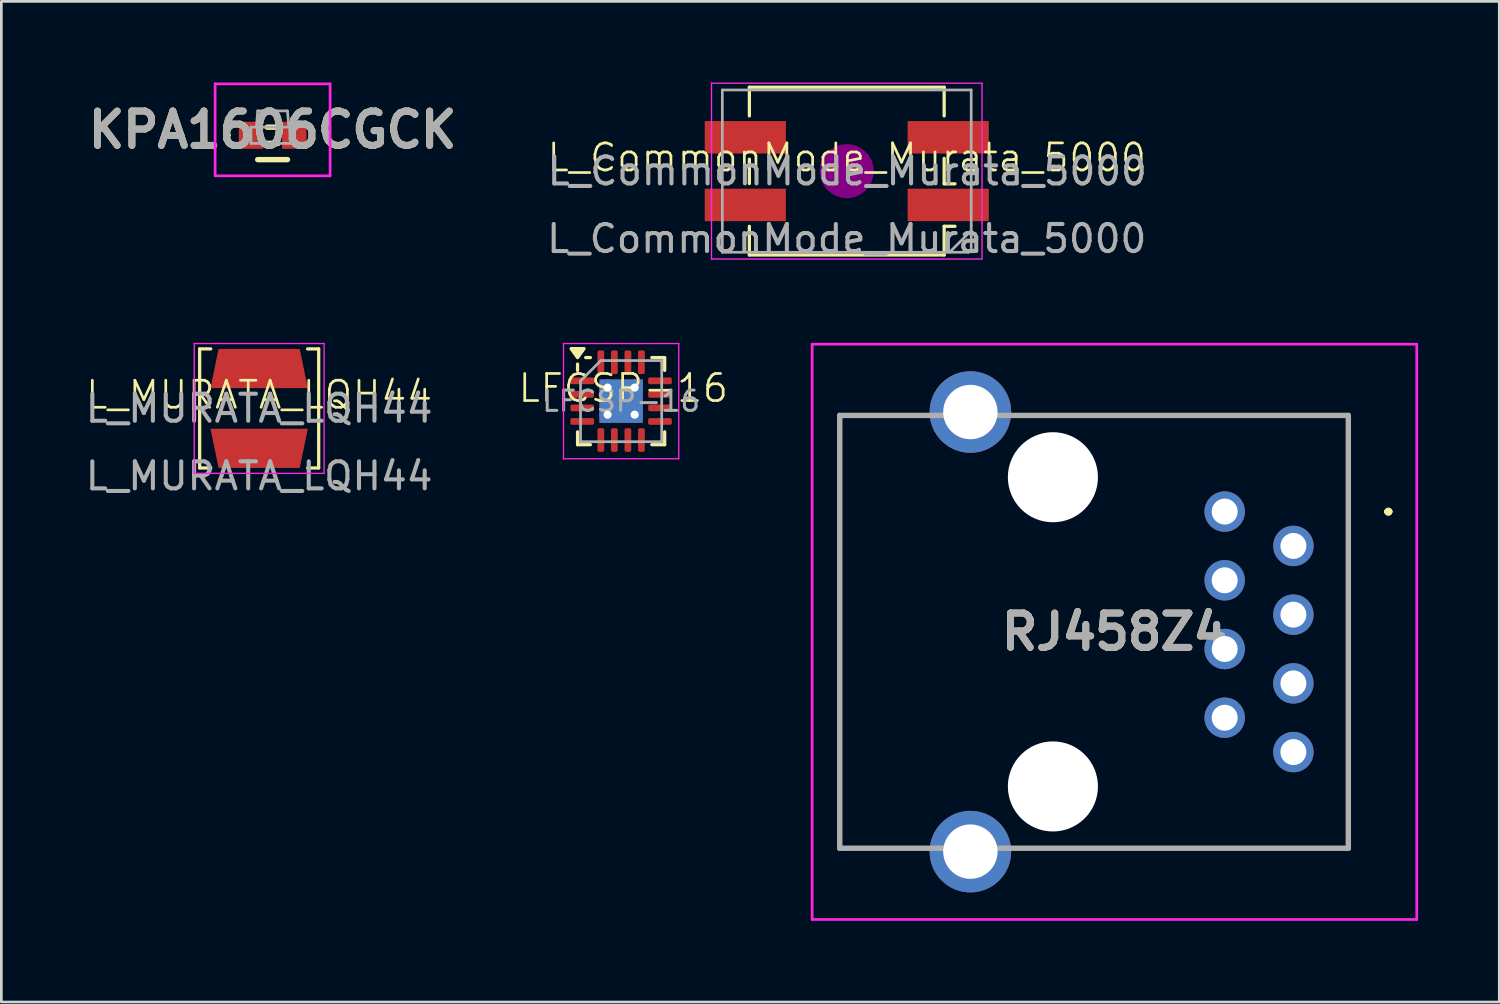
<source format=kicad_pcb>
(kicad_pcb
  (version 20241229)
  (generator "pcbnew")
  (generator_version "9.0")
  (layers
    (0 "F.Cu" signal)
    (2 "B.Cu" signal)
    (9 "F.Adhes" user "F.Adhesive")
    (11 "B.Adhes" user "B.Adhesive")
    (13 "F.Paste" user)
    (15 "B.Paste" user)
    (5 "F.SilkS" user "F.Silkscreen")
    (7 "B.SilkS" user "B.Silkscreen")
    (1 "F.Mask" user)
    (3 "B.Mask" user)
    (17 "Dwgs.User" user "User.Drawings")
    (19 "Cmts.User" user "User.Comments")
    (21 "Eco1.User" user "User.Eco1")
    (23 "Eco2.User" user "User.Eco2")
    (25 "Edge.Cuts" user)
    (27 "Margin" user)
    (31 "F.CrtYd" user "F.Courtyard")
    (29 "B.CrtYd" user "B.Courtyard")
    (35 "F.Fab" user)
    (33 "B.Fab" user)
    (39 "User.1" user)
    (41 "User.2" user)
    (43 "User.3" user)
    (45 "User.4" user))
  (footprint "LFCSP-16"
    (layer "F.Cu")
    (at 19.99 11.798)
    (property "Reference" "LFCSP-16" (at 0 -0.5 0) (unlocked yes) (layer "F.SilkS") (effects (font (size 1 1) (thickness 0.1))))
    (attr smd)
    (fp_line (start -1.69 -1.155) (end -1.69 -1.39) (stroke (width 0.12) (type solid)) (layer "F.SilkS"))
    (fp_line (start -1.69 1.59) (end -1.69 1.115) (stroke (width 0.12) (type solid)) (layer "F.SilkS"))
    (fp_line (start -1.215 -1.63) (end -1.39 -1.63) (stroke (width 0.12) (type solid)) (layer "F.SilkS"))
    (fp_line (start -1.215 1.59) (end -1.69 1.59) (stroke (width 0.12) (type solid)) (layer "F.SilkS"))
    (fp_line (start 1.055 -1.63) (end 1.53 -1.63) (stroke (width 0.12) (type solid)) (layer "F.SilkS"))
    (fp_line (start 1.055 1.59) (end 1.53 1.59) (stroke (width 0.12) (type solid)) (layer "F.SilkS"))
    (fp_line (start 1.53 -1.63) (end 1.53 -1.155) (stroke (width 0.12) (type solid)) (layer "F.SilkS"))
    (fp_line (start 1.53 1.59) (end 1.53 1.115) (stroke (width 0.12) (type solid)) (layer "F.SilkS"))
    (fp_poly (pts (xy -1.69 -1.63) (xy -1.93 -1.96) (xy -1.45 -1.96) (xy -1.69 -1.63)) (stroke (width 0.12) (type solid)) (fill yes) (layer "F.SilkS"))
    (fp_line (start -2.21 -2.15) (end -2.21 2.11) (stroke (width 0.05) (type solid)) (layer "F.CrtYd"))
    (fp_line (start -2.21 2.11) (end 2.05 2.11) (stroke (width 0.05) (type solid)) (layer "F.CrtYd"))
    (fp_line (start 2.05 -2.15) (end -2.21 -2.15) (stroke (width 0.05) (type solid)) (layer "F.CrtYd"))
    (fp_line (start 2.05 2.11) (end 2.05 -2.15) (stroke (width 0.05) (type solid)) (layer "F.CrtYd"))
    (fp_line (start -1.58 -0.77) (end -0.83 -1.52) (stroke (width 0.1) (type solid)) (layer "F.Fab"))
    (fp_line (start -1.58 1.48) (end -1.58 -0.77) (stroke (width 0.1) (type solid)) (layer "F.Fab"))
    (fp_line (start -0.83 -1.52) (end 1.42 -1.52) (stroke (width 0.1) (type solid)) (layer "F.Fab"))
    (fp_line (start 1.42 -1.52) (end 1.42 1.48) (stroke (width 0.1) (type solid)) (layer "F.Fab"))
    (fp_line (start 1.42 1.48) (end -1.58 1.48) (stroke (width 0.1) (type solid)) (layer "F.Fab"))
    (fp_text user "${REFERENCE}" (at -0.08 -0.02 0) (layer "F.Fab") (effects (font (size 0.75 0.75) (thickness 0.11))))
    (pad "" smd roundrect (at -0.48 -0.42) (size 0.69 0.69) (layers "F.Paste") (roundrect_rratio 0.25))
    (pad "" smd roundrect (at -0.48 0.38) (size 0.69 0.69) (layers "F.Paste") (roundrect_rratio 0.25))
    (pad "" smd roundrect (at 0.32 -0.42) (size 0.69 0.69) (layers "F.Paste") (roundrect_rratio 0.25))
    (pad "" smd roundrect (at 0.32 0.38) (size 0.69 0.69) (layers "F.Paste") (roundrect_rratio 0.25))
    (pad "1" smd roundrect (at -1.518 -0.77) (size 0.875 0.25) (layers "F.Cu" "F.Mask" "F.Paste") (roundrect_rratio 0.25))
    (pad "2" smd roundrect (at -1.518 -0.27) (size 0.875 0.25) (layers "F.Cu" "F.Mask" "F.Paste") (roundrect_rratio 0.25))
    (pad "3" smd roundrect (at -1.518 0.23) (size 0.875 0.25) (layers "F.Cu" "F.Mask" "F.Paste") (roundrect_rratio 0.25))
    (pad "4" smd roundrect (at -1.518 0.73) (size 0.875 0.25) (layers "F.Cu" "F.Mask" "F.Paste") (roundrect_rratio 0.25))
    (pad "5" smd roundrect (at -0.83 1.417) (size 0.25 0.875) (layers "F.Cu" "F.Mask" "F.Paste") (roundrect_rratio 0.25))
    (pad "6" smd roundrect (at -0.33 1.417) (size 0.25 0.875) (layers "F.Cu" "F.Mask" "F.Paste") (roundrect_rratio 0.25))
    (pad "7" smd roundrect (at 0.17 1.417) (size 0.25 0.875) (layers "F.Cu" "F.Mask" "F.Paste") (roundrect_rratio 0.25))
    (pad "8" smd roundrect (at 0.67 1.417) (size 0.25 0.875) (layers "F.Cu" "F.Mask" "F.Paste") (roundrect_rratio 0.25))
    (pad "9" smd roundrect (at 1.357 0.73) (size 0.875 0.25) (layers "F.Cu" "F.Mask" "F.Paste") (roundrect_rratio 0.25))
    (pad "10" smd roundrect (at 1.357 0.23) (size 0.875 0.25) (layers "F.Cu" "F.Mask" "F.Paste") (roundrect_rratio 0.25))
    (pad "11" smd roundrect (at 1.357 -0.27) (size 0.875 0.25) (layers "F.Cu" "F.Mask" "F.Paste") (roundrect_rratio 0.25))
    (pad "12" smd roundrect (at 1.357 -0.77) (size 0.875 0.25) (layers "F.Cu" "F.Mask" "F.Paste") (roundrect_rratio 0.25))
    (pad "13" smd roundrect (at 0.67 -1.458) (size 0.25 0.875) (layers "F.Cu" "F.Mask" "F.Paste") (roundrect_rratio 0.25))
    (pad "14" smd roundrect (at 0.17 -1.458) (size 0.25 0.875) (layers "F.Cu" "F.Mask" "F.Paste") (roundrect_rratio 0.25))
    (pad "15" smd roundrect (at -0.33 -1.458) (size 0.25 0.875) (layers "F.Cu" "F.Mask" "F.Paste") (roundrect_rratio 0.25))
    (pad "16" smd roundrect (at -0.83 -1.458) (size 0.25 0.875) (layers "F.Cu" "F.Mask" "F.Paste") (roundrect_rratio 0.25))
    (pad "17" thru_hole circle (at -0.58 -0.52) (size 0.6 0.6) (drill 0.3) (property pad_prop_heatsink) (layers "*.Cu"))
    (pad "17" thru_hole circle (at -0.58 0.48) (size 0.6 0.6) (drill 0.3) (property pad_prop_heatsink) (layers "*.Cu"))
    (pad "17" smd rect (at -0.08 -0.02) (size 1.6 1.6) (property pad_prop_heatsink) (layers "F.Cu" "F.Mask"))
    (pad "17" smd rect (at -0.08 -0.02) (size 1.6 1.6) (property pad_prop_heatsink) (layers "B.Cu"))
    (pad "17" thru_hole circle (at 0.42 -0.52) (size 0.6 0.6) (drill 0.3) (property pad_prop_heatsink) (layers "*.Cu"))
    (pad "17" thru_hole circle (at 0.42 0.48) (size 0.6 0.6) (drill 0.3) (property pad_prop_heatsink) (layers "*.Cu")))
  (footprint "L_CommonMode_Murata_5000"
    (layer "F.Cu")
    (at 28.251 3.275)
    (property "Reference" "L_CommonMode_Murata_5000" (at 0 -0.5 0) (unlocked yes) (layer "F.SilkS") (effects (font (size 1 1) (thickness 0.1))))
    (attr smd)
    (fp_line (start -3.6 -3.1) (end -3.6 -2.04) (stroke (width 0.12) (type solid)) (layer "F.SilkS"))
    (fp_line (start -3.6 -3.1) (end 3.6 -3.1) (stroke (width 0.12) (type solid)) (layer "F.SilkS"))
    (fp_line (start -3.6 0.46) (end -3.6 -0.44) (stroke (width 0.12) (type solid)) (layer "F.SilkS"))
    (fp_line (start -3.6 2.04) (end -3.6 3.1) (stroke (width 0.12) (type solid)) (layer "F.SilkS"))
    (fp_line (start 3.6 -2.04) (end 3.6 -3.1) (stroke (width 0.12) (type solid)) (layer "F.SilkS"))
    (fp_line (start 3.6 0.47) (end 3.6 -0.47) (stroke (width 0.12) (type solid)) (layer "F.SilkS"))
    (fp_line (start 3.6 2.04) (end 3.6 3.1) (stroke (width 0.12) (type solid)) (layer "F.SilkS"))
    (fp_line (start 3.6 2.04) (end 4 2.04) (stroke (width 0.12) (type solid)) (layer "F.SilkS"))
    (fp_line (start 3.6 3.1) (end -3.6 3.1) (stroke (width 0.12) (type solid)) (layer "F.SilkS"))
    (fp_line (start 4 0.47) (end 3.6 0.47) (stroke (width 0.12) (type solid)) (layer "F.SilkS"))
    (fp_circle (center 0 0) (end -0.5 0) (stroke (width 1) (type solid)) (fill no) (layer "F.Adhes"))
    (fp_line (start -5 -3.25) (end 5 -3.25) (stroke (width 0.05) (type solid)) (layer "F.CrtYd"))
    (fp_line (start -5 3.25) (end -5 -3.25) (stroke (width 0.05) (type solid)) (layer "F.CrtYd"))
    (fp_line (start 5 -3.25) (end 5 3.25) (stroke (width 0.05) (type solid)) (layer "F.CrtYd"))
    (fp_line (start 5 3.25) (end -5 3.25) (stroke (width 0.05) (type solid)) (layer "F.CrtYd"))
    (fp_line (start -4.6 -3) (end 4.6 -3) (stroke (width 0.1) (type solid)) (layer "F.Fab"))
    (fp_line (start -4.6 3) (end -4.6 -3) (stroke (width 0.1) (type solid)) (layer "F.Fab"))
    (fp_line (start 3.6 3) (end -4.6 3) (stroke (width 0.1) (type solid)) (layer "F.Fab"))
    (fp_line (start 4.5 3) (end 3.6 3) (stroke (width 0.1) (type solid)) (layer "F.Fab"))
    (fp_line (start 4.6 2) (end 4.6 -3) (stroke (width 0.1) (type solid)) (layer "F.Fab"))
    (fp_line (start 4.6 2) (end 4.6 2.9) (stroke (width 0.1) (type solid)) (layer "F.Fab"))
    (fp_line (start 4.6 2.2) (end 3.8 3) (stroke (width 0.1) (type solid)) (layer "F.Fab"))
    (fp_line (start 4.6 2.9) (end 4.5 3) (stroke (width 0.1) (type solid)) (layer "F.Fab"))
    (fp_text user "${REFERENCE}" (at 0.02 0 0) (layer "F.Fab") (effects (font (size 1 1) (thickness 0.15))))
    (fp_text user "${REFERENCE}" (at 0 2.5 0) (unlocked yes) (layer "F.Fab") (effects (font (size 1 1) (thickness 0.15))))
    (pad "1" smd rect (at 3.75 1.25 180) (size 3 1.2) (layers "F.Cu" "F.Mask" "F.Paste"))
    (pad "2" smd rect (at 3.75 -1.25 180) (size 3 1.2) (layers "F.Cu" "F.Mask" "F.Paste"))
    (pad "3" smd rect (at -3.75 -1.25 180) (size 3 1.2) (layers "F.Cu" "F.Mask" "F.Paste"))
    (pad "4" smd rect (at -3.75 1.25 180) (size 3 1.2) (layers "F.Cu" "F.Mask" "F.Paste")))
  (footprint "L_MURATA_LQH44"
    (layer "F.Cu")
    (at 6.53 12.048)
    (property "Reference" "L_MURATA_LQH44" (at 0 -0.5 0) (unlocked yes) (layer "F.SilkS") (effects (font (size 1 1) (thickness 0.1))))
    (attr smd)
    (fp_line (start -2.2 -2.2) (end -1.79 -2.2) (stroke (width 0.12) (type solid)) (layer "F.SilkS"))
    (fp_line (start -2.2 2.2) (end -2.2 -2.2) (stroke (width 0.12) (type solid)) (layer "F.SilkS"))
    (fp_line (start -1.79 2.2) (end -2.2 2.2) (stroke (width 0.12) (type solid)) (layer "F.SilkS"))
    (fp_line (start 1.79 -2.2) (end 2.2 -2.2) (stroke (width 0.12) (type solid)) (layer "F.SilkS"))
    (fp_line (start 1.79 2.2) (end 2.2 2.2) (stroke (width 0.12) (type solid)) (layer "F.SilkS"))
    (fp_line (start 2.2 -2.2) (end 2.2 2.2) (stroke (width 0.12) (type solid)) (layer "F.SilkS"))
    (fp_line (start -2.4 -2.4) (end 2.4 -2.4) (stroke (width 0.05) (type solid)) (layer "F.CrtYd"))
    (fp_line (start -2.4 2.4) (end -2.4 -2.4) (stroke (width 0.05) (type solid)) (layer "F.CrtYd"))
    (fp_line (start 2.4 -2.4) (end 2.4 2.4) (stroke (width 0.05) (type solid)) (layer "F.CrtYd"))
    (fp_line (start 2.4 2.4) (end -2.4 2.4) (stroke (width 0.05) (type solid)) (layer "F.CrtYd"))
    (fp_text user "${REFERENCE}" (at 0 0 0) (layer "F.Fab") (effects (font (size 1 1) (thickness 0.15))))
    (fp_text user "${REFERENCE}" (at 0 2.5 0) (unlocked yes) (layer "F.Fab") (effects (font (size 1 1) (thickness 0.15))))
    (pad "1" smd trapezoid (at 0 -1.475 180) (size 3.3 1.45) (rect_delta 0 -0.3) (layers "F.Cu" "F.Mask" "F.Paste"))
    (pad "2" smd trapezoid (at 0 1.475 180) (size 3.3 1.45) (rect_delta 0 0.3) (layers "F.Cu" "F.Mask" "F.Paste")))
  (footprint "RJ458Z4"
    (layer "F.Cu")
    (at 42.221 15.861)
    (property "Reference" "RJ458Z4" (at -4.075 4.445 0) (layer "F.SilkS") (effects (font (size 1.27 1.27) (thickness 0.254))))
    (attr through_hole)
    (fp_line (start -14.25 -3.555) (end -14.25 12.445) (stroke (width 0.1) (type solid)) (layer "F.SilkS"))
    (fp_line (start -14.25 12.445) (end -14.25 12.445) (stroke (width 0.1) (type solid)) (layer "F.SilkS"))
    (fp_line (start -14.25 12.445) (end -14.23 12.445) (stroke (width 0.1) (type solid)) (layer "F.SilkS"))
    (fp_line (start -14.25 12.445) (end -12 12.445) (stroke (width 0.1) (type solid)) (layer "F.SilkS"))
    (fp_line (start -14.23 -3.555) (end -14.25 -3.555) (stroke (width 0.1) (type solid)) (layer "F.SilkS"))
    (fp_line (start -14.23 -3.555) (end -14.23 -3.555) (stroke (width 0.1) (type solid)) (layer "F.SilkS"))
    (fp_line (start -14.23 -3.555) (end -11.5 -3.555) (stroke (width 0.1) (type solid)) (layer "F.SilkS"))
    (fp_line (start -14.23 12.445) (end -14.23 -3.555) (stroke (width 0.1) (type solid)) (layer "F.SilkS"))
    (fp_line (start -12 12.445) (end -14.25 12.445) (stroke (width 0.1) (type solid)) (layer "F.SilkS"))
    (fp_line (start -12 12.445) (end -12 12.445) (stroke (width 0.1) (type solid)) (layer "F.SilkS"))
    (fp_line (start -11.5 -3.555) (end -14.23 -3.555) (stroke (width 0.1) (type solid)) (layer "F.SilkS"))
    (fp_line (start -11.5 -3.555) (end -11.5 -3.555) (stroke (width 0.1) (type solid)) (layer "F.SilkS"))
    (fp_line (start -7 -3.555) (end -7 -3.555) (stroke (width 0.1) (type solid)) (layer "F.SilkS"))
    (fp_line (start -7 -3.555) (end 4.57 -3.555) (stroke (width 0.1) (type solid)) (layer "F.SilkS"))
    (fp_line (start -5.25 12.445) (end -5.25 12.445) (stroke (width 0.1) (type solid)) (layer "F.SilkS"))
    (fp_line (start -5.25 12.445) (end 4.57 12.445) (stroke (width 0.1) (type solid)) (layer "F.SilkS"))
    (fp_line (start 4.57 -3.555) (end -7 -3.555) (stroke (width 0.1) (type solid)) (layer "F.SilkS"))
    (fp_line (start 4.57 -3.555) (end 4.57 -3.555) (stroke (width 0.1) (type solid)) (layer "F.SilkS"))
    (fp_line (start 4.57 -3.555) (end 4.57 -3.555) (stroke (width 0.1) (type solid)) (layer "F.SilkS"))
    (fp_line (start 4.57 -3.555) (end 4.57 12.445) (stroke (width 0.1) (type solid)) (layer "F.SilkS"))
    (fp_line (start 4.57 12.445) (end -5.25 12.445) (stroke (width 0.1) (type solid)) (layer "F.SilkS"))
    (fp_line (start 4.57 12.445) (end 4.57 -3.555) (stroke (width 0.1) (type solid)) (layer "F.SilkS"))
    (fp_line (start 4.57 12.445) (end 4.57 12.445) (stroke (width 0.1) (type solid)) (layer "F.SilkS"))
    (fp_line (start 4.57 12.445) (end 4.57 12.445) (stroke (width 0.1) (type solid)) (layer "F.SilkS"))
    (fp_line (start 6 0) (end 6 0) (stroke (width 0.2) (type solid)) (layer "F.SilkS"))
    (fp_line (start 6 0) (end 6 0) (stroke (width 0.2) (type solid)) (layer "F.SilkS"))
    (fp_line (start 6.1 0) (end 6.1 0) (stroke (width 0.2) (type solid)) (layer "F.SilkS"))
    (fp_arc (start 6 0) (mid 6.05 -0.05) (end 6.1 0) (stroke (width 0.2) (type solid)) (layer "F.SilkS"))
    (fp_arc (start 6.1 0) (mid 6.05 0.05) (end 6 0) (stroke (width 0.2) (type solid)) (layer "F.SilkS"))
    (fp_arc (start 6.1 0) (mid 6.05 0.05) (end 6 0) (stroke (width 0.2) (type solid)) (layer "F.SilkS"))
    (fp_line (start -15.25 -6.188) (end 7.1 -6.188) (stroke (width 0.1) (type solid)) (layer "F.CrtYd"))
    (fp_line (start -15.25 15.078) (end -15.25 -6.188) (stroke (width 0.1) (type solid)) (layer "F.CrtYd"))
    (fp_line (start 7.1 -6.188) (end 7.1 15.078) (stroke (width 0.1) (type solid)) (layer "F.CrtYd"))
    (fp_line (start 7.1 15.078) (end -15.25 15.078) (stroke (width 0.1) (type solid)) (layer "F.CrtYd"))
    (fp_line (start -14.23 -3.555) (end -14.23 12.445) (stroke (width 0.2) (type solid)) (layer "F.Fab"))
    (fp_line (start -14.23 12.445) (end 4.57 12.445) (stroke (width 0.2) (type solid)) (layer "F.Fab"))
    (fp_line (start 4.57 -3.555) (end -14.23 -3.555) (stroke (width 0.2) (type solid)) (layer "F.Fab"))
    (fp_line (start 4.57 12.445) (end 4.57 -3.555) (stroke (width 0.2) (type solid)) (layer "F.Fab"))
    (fp_text user "${REFERENCE}" (at -4.075 4.445 0) (layer "F.Fab") (effects (font (size 1.27 1.27) (thickness 0.254))))
    (pad "" np_thru_hole circle (at -6.35 -1.27) (size 3.33 3.33) (drill 3.33) (layers "*.Cu" "*.Mask"))
    (pad "" np_thru_hole circle (at -6.35 10.16) (size 3.33 3.33) (drill 3.33) (layers "*.Cu" "*.Mask"))
    (pad "1" thru_hole circle (at 0 0) (size 1.493 1.493) (drill 0.96) (layers "*.Cu" "*.Mask"))
    (pad "2" thru_hole circle (at 2.54 1.27) (size 1.493 1.493) (drill 0.96) (layers "*.Cu" "*.Mask"))
    (pad "3" thru_hole circle (at 0 2.54) (size 1.493 1.493) (drill 0.96) (layers "*.Cu" "*.Mask"))
    (pad "4" thru_hole circle (at 2.54 3.81) (size 1.493 1.493) (drill 0.96) (layers "*.Cu" "*.Mask"))
    (pad "5" thru_hole circle (at 0 5.08) (size 1.493 1.493) (drill 0.96) (layers "*.Cu" "*.Mask"))
    (pad "6" thru_hole circle (at 2.54 6.35) (size 1.493 1.493) (drill 0.96) (layers "*.Cu" "*.Mask"))
    (pad "7" thru_hole circle (at 0 7.62) (size 1.493 1.493) (drill 0.96) (layers "*.Cu" "*.Mask"))
    (pad "8" thru_hole circle (at 2.54 8.89) (size 1.493 1.493) (drill 0.96) (layers "*.Cu" "*.Mask"))
    (pad "MH1" thru_hole circle (at -9.4 -3.68) (size 3.015 3.015) (drill 2.01) (layers "*.Cu" "*.Mask"))
    (pad "MH2" thru_hole circle (at -9.4 12.57) (size 3.015 3.015) (drill 2.01) (layers "*.Cu" "*.Mask")))
  (footprint "KPA1606CGCK"
    (layer "F.Cu")
    (at 7.027 1.95)
    (property "Reference" "KPA1606CGCK" (at 0 -0.2 0) (layer "F.SilkS") (effects (font (size 1.27 1.27) (thickness 0.254))))
    (attr smd)
    (fp_line (start -1.7 0) (end -1.7 0) (stroke (width 0.1) (type solid)) (layer "F.SilkS"))
    (fp_line (start -1.6 0) (end -1.6 0) (stroke (width 0.1) (type solid)) (layer "F.SilkS"))
    (fp_line (start -0.55 0.9) (end 0.55 0.9) (stroke (width 0.2) (type solid)) (layer "F.SilkS"))
    (fp_line (start -0.2 -0.3) (end 0.2 -0.3) (stroke (width 0.2) (type solid)) (layer "F.SilkS"))
    (fp_line (start -0.2 0.3) (end 0.2 0.3) (stroke (width 0.2) (type solid)) (layer "F.SilkS"))
    (fp_arc (start -1.7 0) (mid -1.65 -0.05) (end -1.6 0) (stroke (width 0.1) (type solid)) (layer "F.SilkS"))
    (fp_arc (start -1.6 0) (mid -1.65 0.05) (end -1.7 0) (stroke (width 0.1) (type solid)) (layer "F.SilkS"))
    (fp_line (start -2.125 -1.9) (end 2.125 -1.9) (stroke (width 0.1) (type solid)) (layer "F.CrtYd"))
    (fp_line (start -2.125 1.5) (end -2.125 -1.9) (stroke (width 0.1) (type solid)) (layer "F.CrtYd"))
    (fp_line (start 2.125 -1.9) (end 2.125 1.5) (stroke (width 0.1) (type solid)) (layer "F.CrtYd"))
    (fp_line (start 2.125 1.5) (end -2.125 1.5) (stroke (width 0.1) (type solid)) (layer "F.CrtYd"))
    (fp_line (start -0.8 -0.3) (end 0.8 -0.3) (stroke (width 0.1) (type solid)) (layer "F.Fab"))
    (fp_line (start -0.8 0.3) (end -0.8 -0.3) (stroke (width 0.1) (type solid)) (layer "F.Fab"))
    (fp_line (start -0.55 -0.9) (end -0.6 -0.3) (stroke (width 0.1) (type solid)) (layer "F.Fab"))
    (fp_line (start 0 -0.9) (end -0.55 -0.9) (stroke (width 0.1) (type solid)) (layer "F.Fab"))
    (fp_line (start 0 -0.9) (end 0.55 -0.9) (stroke (width 0.1) (type solid)) (layer "F.Fab"))
    (fp_line (start 0.55 -0.9) (end 0.6 -0.3) (stroke (width 0.1) (type solid)) (layer "F.Fab"))
    (fp_line (start 0.8 -0.3) (end 0.8 0.3) (stroke (width 0.1) (type solid)) (layer "F.Fab"))
    (fp_line (start 0.8 0.3) (end -0.8 0.3) (stroke (width 0.1) (type solid)) (layer "F.Fab"))
    (fp_text user "${REFERENCE}" (at 0 -0.2 0) (layer "F.Fab") (effects (font (size 1.27 1.27) (thickness 0.254))))
    (pad "1" smd rect (at -0.8 0) (size 0.9 1) (layers "F.Cu" "F.Mask" "F.Paste"))
    (pad "2" smd rect (at 0.8 0) (size 0.9 1) (layers "F.Cu" "F.Mask" "F.Paste")))
  (gr_rect
    (start -3 -3)
    (end 52.371 33.989)
    (stroke (width 0.1) (type default))
    (fill no)
    (layer "Edge.Cuts")))
</source>
